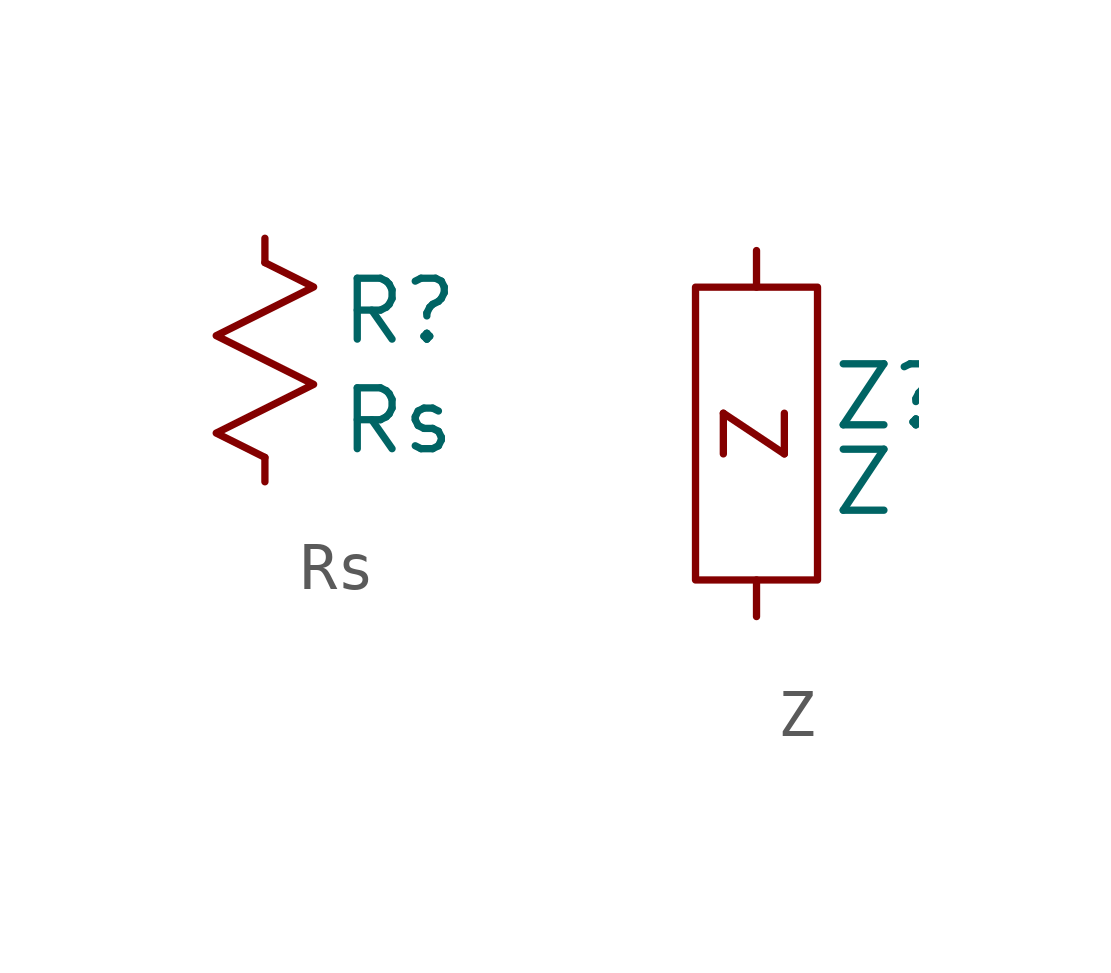
<source format=kicad_sym>
(kicad_symbol_lib
  (version 20211014)
  (generator kicad_symbol_editor)
  (symbol "Rs"
    (pin_numbers hide)
    (pin_names
      (offset 1.016) hide)
    (property "Reference" "R"
      (at 1.524 -1.524 0)
      (effects (font (size 1.27 1.27)) (justify left)))
    (property "Value" "Rs"
      (at 1.524 -3.81 0)
      (effects (font (size 1.27 1.27)) (justify left)))
    (symbol "Rs_0_0"
      (polyline (pts (xy 0 -0.508) (xy 1.016 -1.016) (xy -1.016 -2.032) (xy 1.016 -3.048) (xy -1.016 -4.064) (xy 0 -4.572)) (stroke (width 0) (type default) (color 0 0 0 0)) (fill (type none))))
    (symbol "Rs_1_1"
      (pin passive line (at 0 0 270) (length 0.508) (name "~" (effects (font (size 1.27 1.27)))) (number "1" (effects (font (size 1.27 1.27)))))
      (pin passive line (at 0 -5.08 90) (length 0.508) (name "~" (effects (font (size 1.27 1.27)))) (number "2" (effects (font (size 1.27 1.27)))))))
  (symbol "Z"
    (pin_numbers hide)
    (pin_names
      (offset 1.016) hide)
    (property "Reference" "Z"
      (at 1.524 -3.048 0)
      (effects (font (size 1.27 1.27)) (justify left)))
    (property "Value" "Z"
      (at 1.524 -4.826 0)
      (effects (font (size 1.27 1.27)) (justify left)))
    (symbol "Z_0_0"
      (text "Z" (at 0 -3.81 900) (effects (font (size 1.27 1.27)))))
    (symbol "Z_0_1"
      (rectangle (start -1.27 -0.762) (end 1.27 -6.858) (stroke (width 0) (type default) (color 0 0 0 0)) (fill (type none))))
    (symbol "Z_1_1"
      (pin passive line (at 0 0 270) (length 0.762) (name "~" (effects (font (size 1.27 1.27)))) (number "1" (effects (font (size 1.27 1.27)))))
      (pin passive line (at 0 -7.62 90) (length 0.762) (name "~" (effects (font (size 1.27 1.27)))) (number "2" (effects (font (size 1.27 1.27))))))))
</source>
